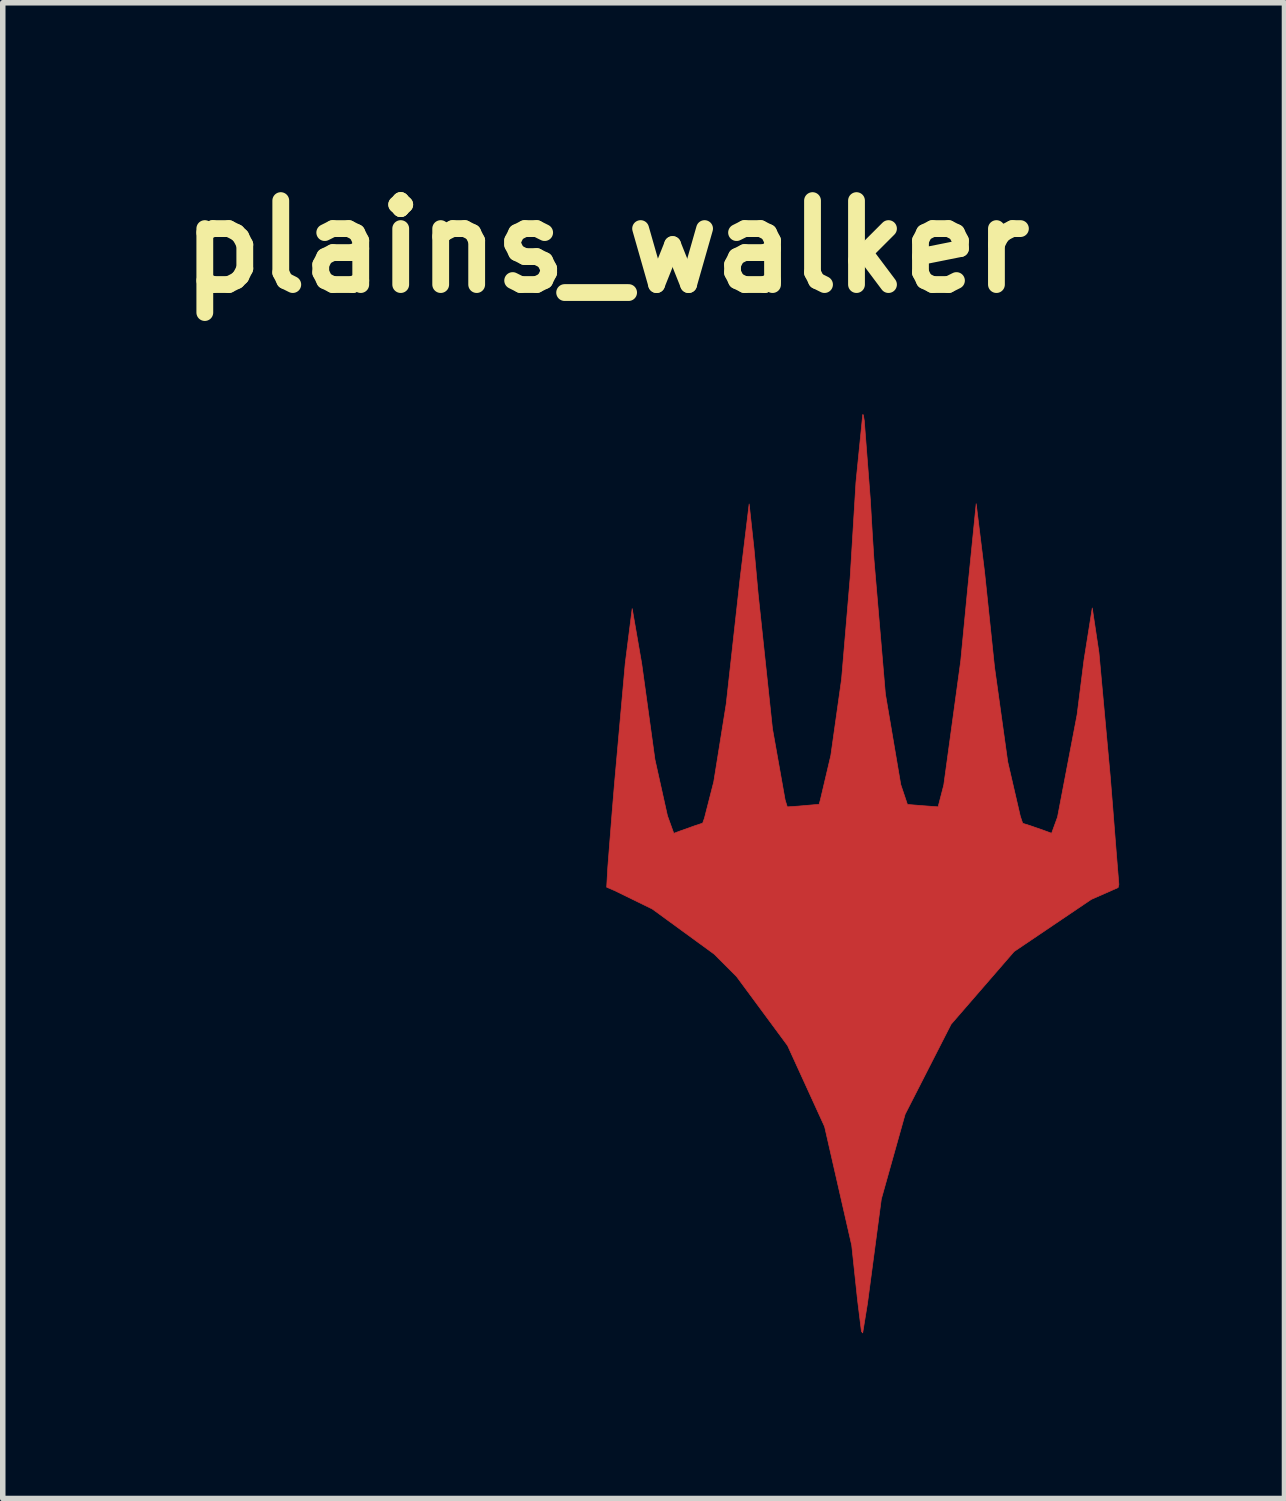
<source format=kicad_pcb>
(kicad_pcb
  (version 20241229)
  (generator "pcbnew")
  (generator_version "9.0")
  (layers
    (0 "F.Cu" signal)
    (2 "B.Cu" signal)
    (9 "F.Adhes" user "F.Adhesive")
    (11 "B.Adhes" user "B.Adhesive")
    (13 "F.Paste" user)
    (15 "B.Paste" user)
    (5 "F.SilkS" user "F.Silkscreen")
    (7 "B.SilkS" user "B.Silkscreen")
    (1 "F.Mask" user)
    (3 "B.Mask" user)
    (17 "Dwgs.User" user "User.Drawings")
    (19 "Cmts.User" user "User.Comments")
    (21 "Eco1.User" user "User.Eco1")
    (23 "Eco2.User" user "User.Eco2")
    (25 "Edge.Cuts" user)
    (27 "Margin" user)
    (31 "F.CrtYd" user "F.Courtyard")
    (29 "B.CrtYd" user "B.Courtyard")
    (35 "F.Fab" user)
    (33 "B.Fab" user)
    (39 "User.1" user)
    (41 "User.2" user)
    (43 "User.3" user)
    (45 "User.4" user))
  (footprint "plains_walker"
    (layer "F.Cu")
    (at 7.961 4.474)
    (property "Reference" "plains_walker" (at 0 -3.048 0) (layer "F.SilkS") (effects (font (size 1.524 1.524) (thickness 0.305))))
    (attr exclude_from_pos_files exclude_from_bom)
    (fp_poly (pts (xy 4.625 16.642) (xy 4.555 16.076) (xy 4.449 15.081) (xy 3.957 12.927) (xy 3.285 11.456) (xy 2.359 10.202) (xy 1.954 9.796) (xy 0.829 8.976) (xy 0.148 8.643) (xy 0.001 8.58) (xy 0.021 8.224) (xy 0.067 7.637) (xy 0.102 7.194) (xy 0.143 6.699) (xy 0.338 4.518) (xy 0.464 3.523) (xy 0.637 4.523) (xy 0.877 6.263) (xy 1.104 7.283) (xy 1.219 7.602) (xy 1.332 7.56) (xy 1.592 7.467) (xy 1.743 7.417) (xy 1.776 7.326) (xy 1.945 6.665) (xy 2.171 5.253) (xy 2.424 2.968) (xy 2.587 1.624) (xy 2.675 2.433) (xy 2.751 3.265) (xy 3.01 5.702) (xy 3.24 6.996) (xy 3.279 7.122) (xy 3.479 7.108) (xy 3.766 7.083) (xy 3.856 7.076) (xy 3.879 6.998) (xy 4.07 6.187) (xy 4.265 4.802) (xy 4.42 2.968) (xy 4.526 1.228) (xy 4.649 0) (xy 4.659 0.006) (xy 4.677 0.113) (xy 4.787 1.548) (xy 4.822 2.153) (xy 4.852 2.625) (xy 5.06 5.073) (xy 5.339 6.718) (xy 5.46 7.078) (xy 5.747 7.101) (xy 6.017 7.121) (xy 6.12 6.725) (xy 6.428 4.47) (xy 6.551 3.189) (xy 6.708 1.619) (xy 6.86 2.858) (xy 7.041 4.586) (xy 7.28 6.302) (xy 7.509 7.292) (xy 7.552 7.42) (xy 7.686 7.462) (xy 7.947 7.553) (xy 8.077 7.601) (xy 8.185 7.305) (xy 8.54 5.448) (xy 8.664 4.464) (xy 8.815 3.512) (xy 8.936 4.321) (xy 9.141 6.565) (xy 9.187 7.136) (xy 9.251 7.951) (xy 9.298 8.53) (xy 9.284 8.587) (xy 8.798 8.801) (xy 7.396 9.748) (xy 6.253 11.067) (xy 5.418 12.702) (xy 4.986 14.24) (xy 4.735 16.134) (xy 4.648 16.67) (xy 4.625 16.642) (xy 4.625 16.642)) (stroke (width 0.012) (type solid)) (fill yes) (layer "F.Cu"))
    (fp_poly (pts (xy 4.625 16.642) (xy 4.555 16.076) (xy 4.449 15.081) (xy 3.957 12.927) (xy 3.285 11.456) (xy 2.359 10.202) (xy 1.954 9.796) (xy 0.829 8.976) (xy 0.148 8.643) (xy 0.001 8.58) (xy 0.021 8.224) (xy 0.067 7.637) (xy 0.102 7.194) (xy 0.143 6.699) (xy 0.338 4.518) (xy 0.464 3.523) (xy 0.637 4.523) (xy 0.877 6.263) (xy 1.104 7.283) (xy 1.219 7.602) (xy 1.332 7.56) (xy 1.592 7.467) (xy 1.743 7.417) (xy 1.776 7.326) (xy 1.945 6.665) (xy 2.171 5.253) (xy 2.424 2.968) (xy 2.587 1.624) (xy 2.675 2.433) (xy 2.751 3.265) (xy 3.01 5.702) (xy 3.24 6.996) (xy 3.279 7.122) (xy 3.479 7.108) (xy 3.766 7.083) (xy 3.856 7.076) (xy 3.879 6.998) (xy 4.07 6.187) (xy 4.265 4.802) (xy 4.42 2.968) (xy 4.526 1.228) (xy 4.649 0) (xy 4.659 0.006) (xy 4.677 0.113) (xy 4.787 1.548) (xy 4.822 2.153) (xy 4.852 2.625) (xy 5.06 5.073) (xy 5.339 6.718) (xy 5.46 7.078) (xy 5.747 7.101) (xy 6.017 7.121) (xy 6.12 6.725) (xy 6.428 4.47) (xy 6.551 3.189) (xy 6.708 1.619) (xy 6.86 2.858) (xy 7.041 4.586) (xy 7.28 6.302) (xy 7.509 7.292) (xy 7.552 7.42) (xy 7.686 7.462) (xy 7.947 7.553) (xy 8.077 7.601) (xy 8.185 7.305) (xy 8.54 5.448) (xy 8.664 4.464) (xy 8.815 3.512) (xy 8.936 4.321) (xy 9.141 6.565) (xy 9.187 7.136) (xy 9.251 7.951) (xy 9.298 8.53) (xy 9.284 8.587) (xy 8.798 8.801) (xy 7.396 9.748) (xy 6.253 11.067) (xy 5.418 12.702) (xy 4.986 14.24) (xy 4.735 16.134) (xy 4.648 16.67) (xy 4.625 16.642) (xy 4.625 16.642)) (stroke (width 0.012) (type solid)) (fill yes) (layer "F.Mask")))
  (gr_rect
    (start -3 -3)
    (end 20.265 24.15)
    (stroke (width 0.1) (type default))
    (fill no)
    (layer "Edge.Cuts")))
</source>
